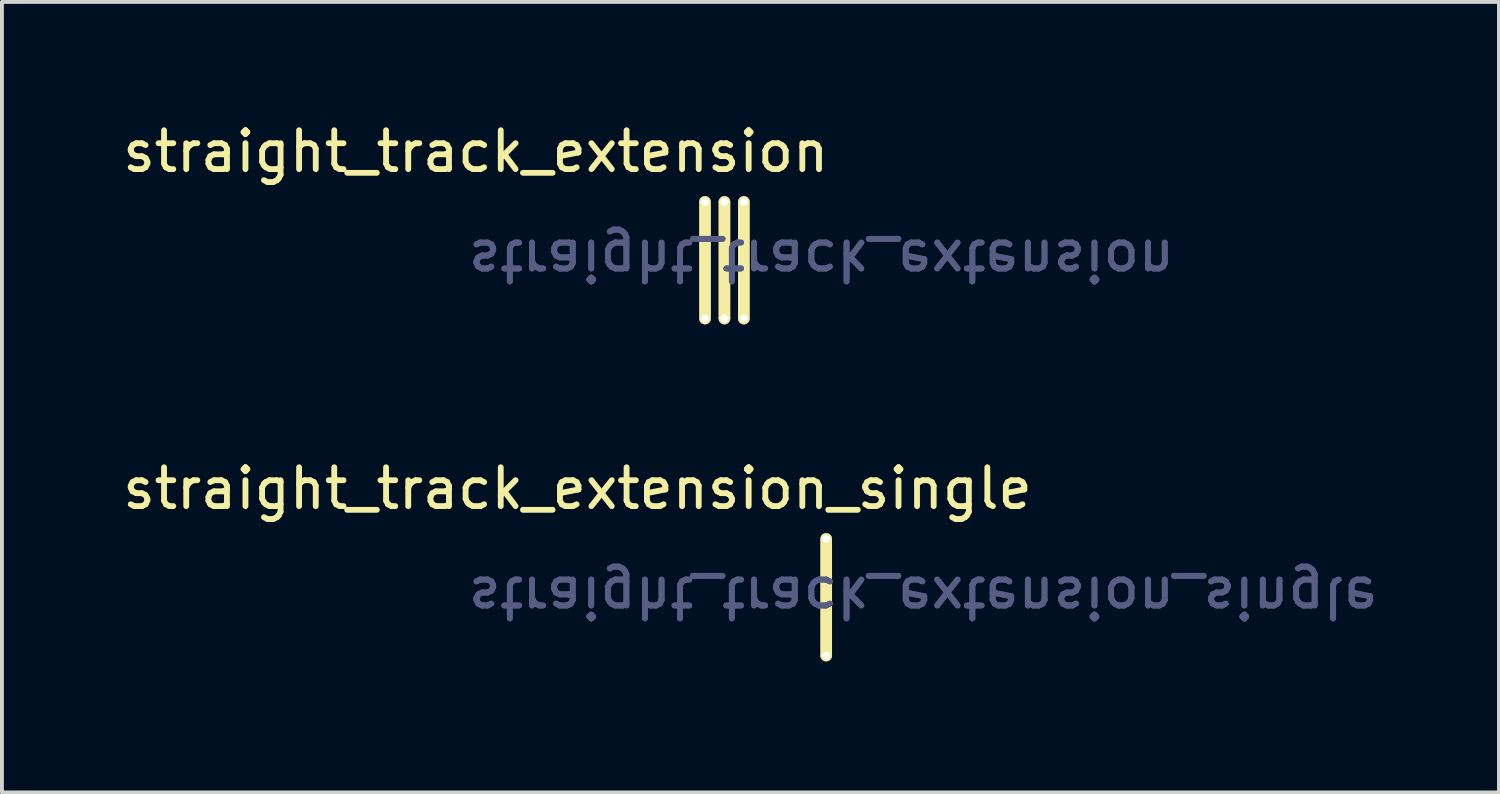
<source format=kicad_pcb>
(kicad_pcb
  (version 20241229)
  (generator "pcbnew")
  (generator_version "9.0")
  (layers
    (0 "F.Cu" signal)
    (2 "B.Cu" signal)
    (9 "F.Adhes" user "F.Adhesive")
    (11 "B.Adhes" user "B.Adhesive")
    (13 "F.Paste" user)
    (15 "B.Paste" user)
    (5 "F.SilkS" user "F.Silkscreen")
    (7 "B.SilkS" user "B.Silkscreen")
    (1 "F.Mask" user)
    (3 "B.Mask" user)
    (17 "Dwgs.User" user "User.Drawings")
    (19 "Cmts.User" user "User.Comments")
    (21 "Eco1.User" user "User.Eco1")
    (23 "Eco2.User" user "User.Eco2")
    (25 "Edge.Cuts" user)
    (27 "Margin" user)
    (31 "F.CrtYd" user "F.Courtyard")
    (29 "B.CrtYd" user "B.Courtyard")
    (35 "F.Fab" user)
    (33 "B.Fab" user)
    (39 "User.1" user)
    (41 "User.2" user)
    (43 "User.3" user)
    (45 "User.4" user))
  (footprint "straight_track_extension"
    (layer "F.Cu")
    (at 15.596 3.648)
    (property "Reference" "straight_track_extension" (at -6.4 -2.8 0) (unlocked yes) (layer "F.SilkS") (effects (font (size 1 1) (thickness 0.15))))
    (attr smd)
    (fp_line (start -0.5 1.5) (end -0.5 -1.5) (stroke (width 0.3) (type default)) (layer "F.Cu"))
    (fp_line (start 0 1.5) (end 0 -1.5) (stroke (width 0.3) (type default)) (layer "F.Cu"))
    (fp_line (start 0.5 1.5) (end 0.5 -1.5) (stroke (width 0.3) (type default)) (layer "F.Cu"))
    (fp_line (start -0.5 1.5) (end -0.5 -1.5) (stroke (width 0.3) (type solid)) (layer "F.SilkS"))
    (fp_line (start 0 1.5) (end 0 -1.5) (stroke (width 0.3) (type solid)) (layer "F.SilkS"))
    (fp_line (start 0.5 1.5) (end 0.5 -1.5) (stroke (width 0.3) (type solid)) (layer "F.SilkS"))
    (fp_rect (start 0.75 -2) (end -0.75 2) (stroke (width 0.05) (type solid)) (fill no) (layer "User.3"))
    (fp_text user "${REFERENCE}" (at 2.5 0 180) (unlocked yes) (layer "B.Fab") (effects (font (size 1 1) (thickness 0.15)) (justify mirror)))
    (fp_text user "${REFERENCE}" (at 2.5 0 180) (unlocked yes) (layer "B.Fab") (effects (font (size 1 1) (thickness 0.15)) (justify mirror)))
    (pad "1" thru_hole circle (at -0.5 -1.5) (size 0.3 0.3) (drill 0.2) (layers "*.Cu" "*.Mask"))
    (pad "1" thru_hole circle (at -0.5 1.5) (size 0.3 0.3) (drill 0.2) (layers "*.Cu" "*.Mask"))
    (pad "2" thru_hole circle (at 0 -1.5) (size 0.3 0.3) (drill 0.2) (layers "*.Cu" "*.Mask"))
    (pad "2" thru_hole circle (at 0 1.5) (size 0.3 0.3) (drill 0.2) (layers "*.Cu" "*.Mask"))
    (pad "3" thru_hole circle (at 0.5 -1.5) (size 0.3 0.3) (drill 0.2) (layers "*.Cu" "*.Mask"))
    (pad "3" thru_hole circle (at 0.5 1.5) (size 0.3 0.3) (drill 0.2) (layers "*.Cu" "*.Mask")))
  (footprint "straight_track_extension_single"
    (layer "F.Cu")
    (at 18.215 12.322)
    (property "Reference" "straight_track_extension_single" (at -6.4 -2.8 0) (unlocked yes) (layer "F.SilkS") (effects (font (size 1 1) (thickness 0.15))))
    (attr smd)
    (fp_line (start 0 1.5) (end 0 -1.5) (stroke (width 0.3) (type default)) (layer "F.Cu"))
    (fp_line (start 0 1.5) (end 0 -1.5) (stroke (width 0.3) (type solid)) (layer "F.SilkS"))
    (fp_rect (start 0.25 -2) (end -0.25 2) (stroke (width 0.05) (type solid)) (fill no) (layer "User.3"))
    (fp_text user "${REFERENCE}" (at 2.5 0 180) (unlocked yes) (layer "B.Fab") (effects (font (size 1 1) (thickness 0.15)) (justify mirror)))
    (fp_text user "${REFERENCE}" (at 2.5 0 180) (unlocked yes) (layer "B.Fab") (effects (font (size 1 1) (thickness 0.15)) (justify mirror)))
    (pad "1" thru_hole circle (at 0 -1.5) (size 0.3 0.3) (drill 0.2) (layers "*.Cu" "*.Mask"))
    (pad "1" thru_hole circle (at 0 1.5) (size 0.3 0.3) (drill 0.2) (layers "*.Cu" "*.Mask")))
  (gr_rect
    (start -3 -3)
    (end 35.531 17.346)
    (stroke (width 0.1) (type default))
    (fill no)
    (layer "Edge.Cuts")))
</source>
